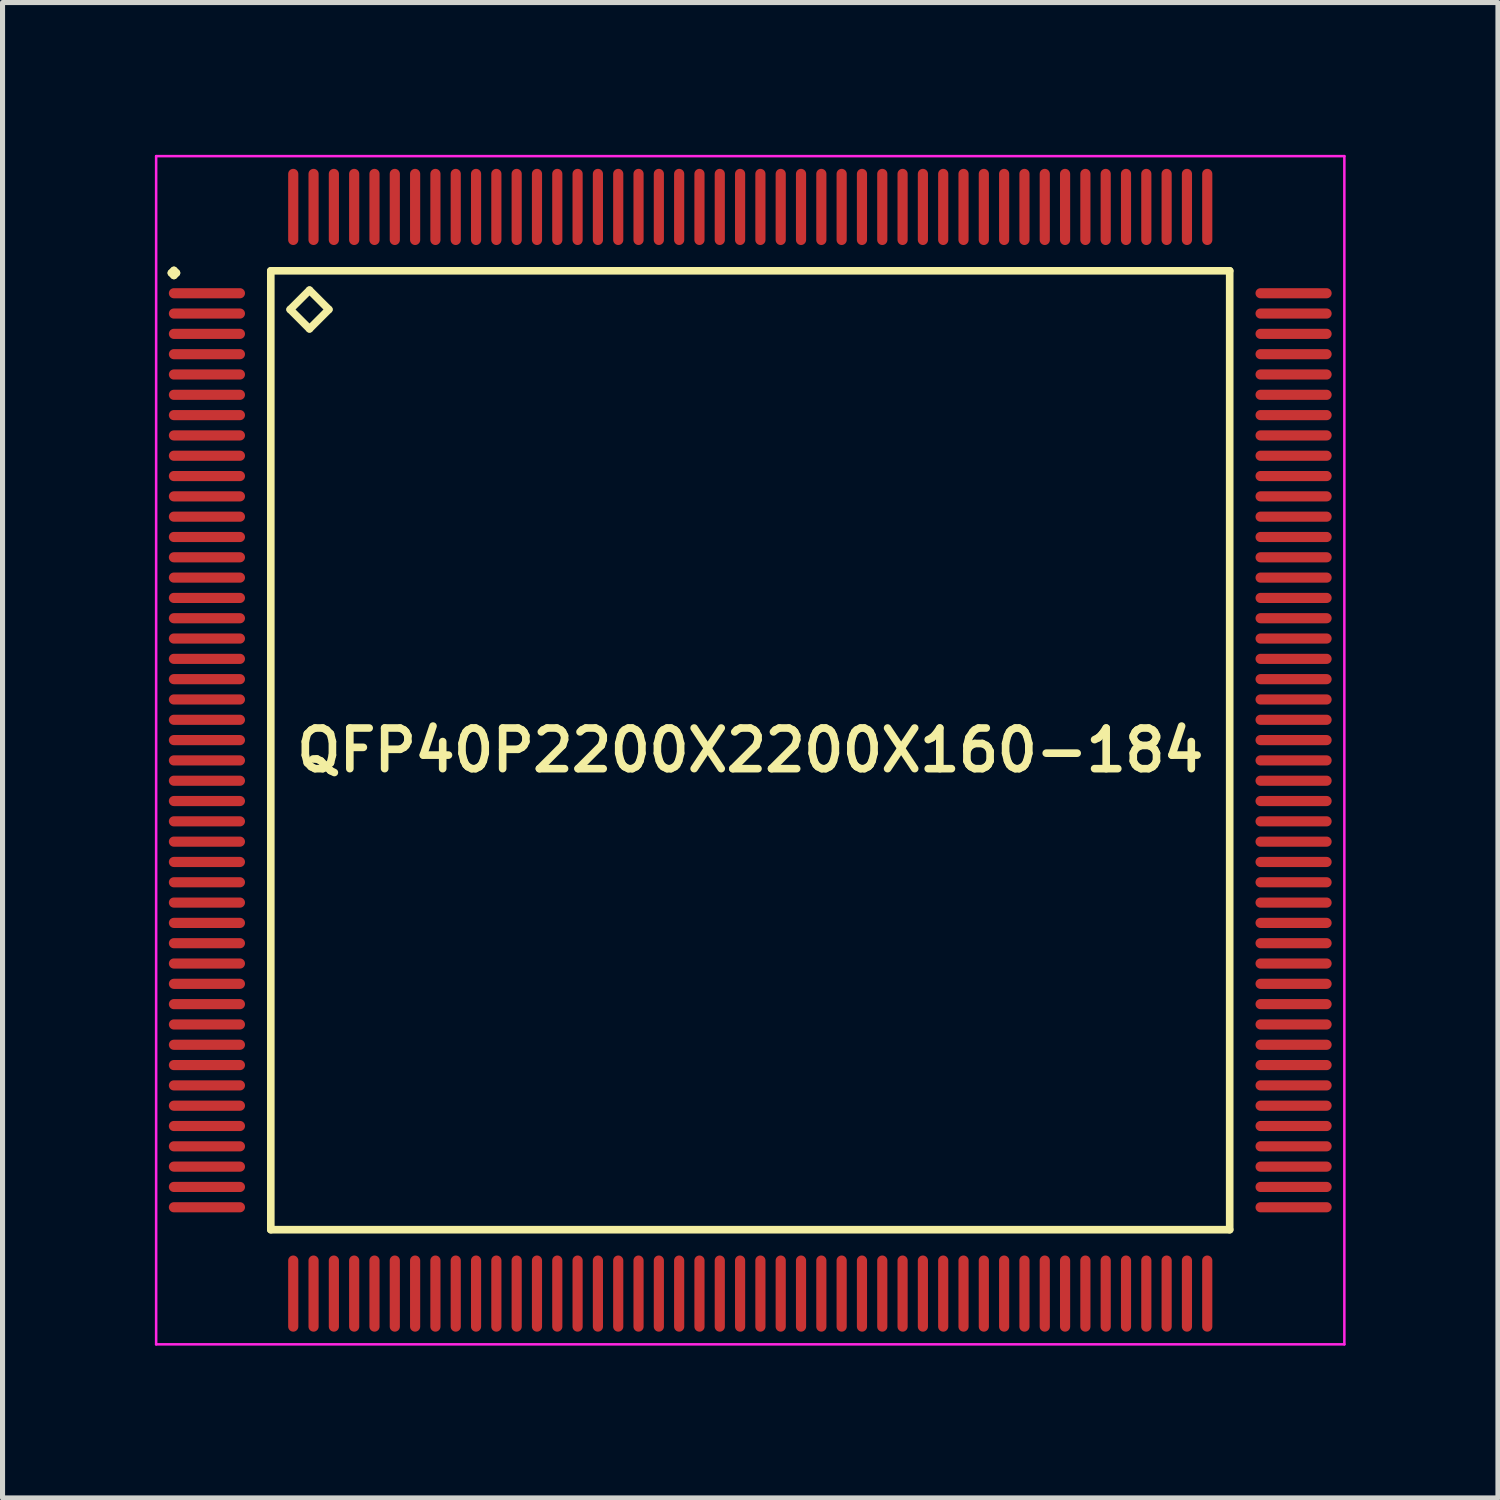
<source format=kicad_pcb>
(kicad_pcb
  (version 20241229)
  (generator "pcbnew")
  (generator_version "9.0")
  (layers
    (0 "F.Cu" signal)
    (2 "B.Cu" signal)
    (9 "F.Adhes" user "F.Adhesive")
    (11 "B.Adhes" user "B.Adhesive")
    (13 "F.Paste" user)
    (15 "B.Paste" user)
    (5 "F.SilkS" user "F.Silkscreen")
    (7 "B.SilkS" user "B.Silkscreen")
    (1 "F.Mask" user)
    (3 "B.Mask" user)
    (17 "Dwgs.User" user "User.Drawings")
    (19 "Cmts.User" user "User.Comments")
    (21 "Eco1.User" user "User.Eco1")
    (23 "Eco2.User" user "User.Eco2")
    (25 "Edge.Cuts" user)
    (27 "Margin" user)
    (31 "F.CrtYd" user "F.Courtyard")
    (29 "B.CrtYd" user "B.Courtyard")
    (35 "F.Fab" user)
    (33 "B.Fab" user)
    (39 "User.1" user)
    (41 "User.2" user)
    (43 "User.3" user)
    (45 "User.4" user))
  (footprint "QFP40P2200X2200X160-184"
    (layer "F.Cu")
    (at 11.725 11.725)
    (property "Reference" "QFP40P2200X2200X160-184" (at 0 0 0) (layer "F.SilkS") (effects (font (size 0.8 0.8) (thickness 0.15))))
    (attr smd)
    (fp_line (start -11.4 -9.4) (end -11.35 -9.45) (stroke (width 0.15) (type solid)) (layer "F.SilkS"))
    (fp_line (start -11.35 -9.45) (end -11.3 -9.4) (stroke (width 0.15) (type solid)) (layer "F.SilkS"))
    (fp_line (start -11.35 -9.35) (end -11.4 -9.4) (stroke (width 0.15) (type solid)) (layer "F.SilkS"))
    (fp_line (start -11.3 -9.4) (end -11.35 -9.35) (stroke (width 0.15) (type solid)) (layer "F.SilkS"))
    (fp_line (start -9.442 -9.442) (end -9.442 9.442) (stroke (width 0.15) (type solid)) (layer "F.SilkS"))
    (fp_line (start -9.442 9.442) (end 9.442 9.442) (stroke (width 0.15) (type solid)) (layer "F.SilkS"))
    (fp_line (start -9.061 -8.68) (end -8.68 -9.061) (stroke (width 0.15) (type solid)) (layer "F.SilkS"))
    (fp_line (start -8.68 -9.061) (end -8.299 -8.68) (stroke (width 0.15) (type solid)) (layer "F.SilkS"))
    (fp_line (start -8.68 -8.299) (end -9.061 -8.68) (stroke (width 0.15) (type solid)) (layer "F.SilkS"))
    (fp_line (start -8.299 -8.68) (end -8.68 -8.299) (stroke (width 0.15) (type solid)) (layer "F.SilkS"))
    (fp_line (start 9.442 -9.442) (end -9.442 -9.442) (stroke (width 0.15) (type solid)) (layer "F.SilkS"))
    (fp_line (start 9.442 9.442) (end 9.442 -9.442) (stroke (width 0.15) (type solid)) (layer "F.SilkS"))
    (fp_line (start -11.7 -11.7) (end 11.7 -11.7) (stroke (width 0.05) (type solid)) (layer "F.CrtYd"))
    (fp_line (start -11.7 11.7) (end -11.7 -11.7) (stroke (width 0.05) (type solid)) (layer "F.CrtYd"))
    (fp_line (start 11.7 -11.7) (end 11.7 11.7) (stroke (width 0.05) (type solid)) (layer "F.CrtYd"))
    (fp_line (start 11.7 11.7) (end -11.7 11.7) (stroke (width 0.05) (type solid)) (layer "F.CrtYd"))
    (pad "1" smd oval (at -10.7 -9) (size 1.5 0.2) (layers "F.Cu" "F.Mask" "F.Paste"))
    (pad "2" smd oval (at -10.7 -8.6) (size 1.5 0.2) (layers "F.Cu" "F.Mask" "F.Paste"))
    (pad "3" smd oval (at -10.7 -8.2) (size 1.5 0.2) (layers "F.Cu" "F.Mask" "F.Paste"))
    (pad "4" smd oval (at -10.7 -7.8) (size 1.5 0.2) (layers "F.Cu" "F.Mask" "F.Paste"))
    (pad "5" smd oval (at -10.7 -7.4) (size 1.5 0.2) (layers "F.Cu" "F.Mask" "F.Paste"))
    (pad "6" smd oval (at -10.7 -7) (size 1.5 0.2) (layers "F.Cu" "F.Mask" "F.Paste"))
    (pad "7" smd oval (at -10.7 -6.6) (size 1.5 0.2) (layers "F.Cu" "F.Mask" "F.Paste"))
    (pad "8" smd oval (at -10.7 -6.2) (size 1.5 0.2) (layers "F.Cu" "F.Mask" "F.Paste"))
    (pad "9" smd oval (at -10.7 -5.8) (size 1.5 0.2) (layers "F.Cu" "F.Mask" "F.Paste"))
    (pad "10" smd oval (at -10.7 -5.4) (size 1.5 0.2) (layers "F.Cu" "F.Mask" "F.Paste"))
    (pad "11" smd oval (at -10.7 -5) (size 1.5 0.2) (layers "F.Cu" "F.Mask" "F.Paste"))
    (pad "12" smd oval (at -10.7 -4.6) (size 1.5 0.2) (layers "F.Cu" "F.Mask" "F.Paste"))
    (pad "13" smd oval (at -10.7 -4.2) (size 1.5 0.2) (layers "F.Cu" "F.Mask" "F.Paste"))
    (pad "14" smd oval (at -10.7 -3.8) (size 1.5 0.2) (layers "F.Cu" "F.Mask" "F.Paste"))
    (pad "15" smd oval (at -10.7 -3.4) (size 1.5 0.2) (layers "F.Cu" "F.Mask" "F.Paste"))
    (pad "16" smd oval (at -10.7 -3) (size 1.5 0.2) (layers "F.Cu" "F.Mask" "F.Paste"))
    (pad "17" smd oval (at -10.7 -2.6) (size 1.5 0.2) (layers "F.Cu" "F.Mask" "F.Paste"))
    (pad "18" smd oval (at -10.7 -2.2) (size 1.5 0.2) (layers "F.Cu" "F.Mask" "F.Paste"))
    (pad "19" smd oval (at -10.7 -1.8) (size 1.5 0.2) (layers "F.Cu" "F.Mask" "F.Paste"))
    (pad "20" smd oval (at -10.7 -1.4) (size 1.5 0.2) (layers "F.Cu" "F.Mask" "F.Paste"))
    (pad "21" smd oval (at -10.7 -1) (size 1.5 0.2) (layers "F.Cu" "F.Mask" "F.Paste"))
    (pad "22" smd oval (at -10.7 -0.6) (size 1.5 0.2) (layers "F.Cu" "F.Mask" "F.Paste"))
    (pad "23" smd oval (at -10.7 -0.2) (size 1.5 0.2) (layers "F.Cu" "F.Mask" "F.Paste"))
    (pad "24" smd oval (at -10.7 0.2) (size 1.5 0.2) (layers "F.Cu" "F.Mask" "F.Paste"))
    (pad "25" smd oval (at -10.7 0.6) (size 1.5 0.2) (layers "F.Cu" "F.Mask" "F.Paste"))
    (pad "26" smd oval (at -10.7 1) (size 1.5 0.2) (layers "F.Cu" "F.Mask" "F.Paste"))
    (pad "27" smd oval (at -10.7 1.4) (size 1.5 0.2) (layers "F.Cu" "F.Mask" "F.Paste"))
    (pad "28" smd oval (at -10.7 1.8) (size 1.5 0.2) (layers "F.Cu" "F.Mask" "F.Paste"))
    (pad "29" smd oval (at -10.7 2.2) (size 1.5 0.2) (layers "F.Cu" "F.Mask" "F.Paste"))
    (pad "30" smd oval (at -10.7 2.6) (size 1.5 0.2) (layers "F.Cu" "F.Mask" "F.Paste"))
    (pad "31" smd oval (at -10.7 3) (size 1.5 0.2) (layers "F.Cu" "F.Mask" "F.Paste"))
    (pad "32" smd oval (at -10.7 3.4) (size 1.5 0.2) (layers "F.Cu" "F.Mask" "F.Paste"))
    (pad "33" smd oval (at -10.7 3.8) (size 1.5 0.2) (layers "F.Cu" "F.Mask" "F.Paste"))
    (pad "34" smd oval (at -10.7 4.2) (size 1.5 0.2) (layers "F.Cu" "F.Mask" "F.Paste"))
    (pad "35" smd oval (at -10.7 4.6) (size 1.5 0.2) (layers "F.Cu" "F.Mask" "F.Paste"))
    (pad "36" smd oval (at -10.7 5) (size 1.5 0.2) (layers "F.Cu" "F.Mask" "F.Paste"))
    (pad "37" smd oval (at -10.7 5.4) (size 1.5 0.2) (layers "F.Cu" "F.Mask" "F.Paste"))
    (pad "38" smd oval (at -10.7 5.8) (size 1.5 0.2) (layers "F.Cu" "F.Mask" "F.Paste"))
    (pad "39" smd oval (at -10.7 6.2) (size 1.5 0.2) (layers "F.Cu" "F.Mask" "F.Paste"))
    (pad "40" smd oval (at -10.7 6.6) (size 1.5 0.2) (layers "F.Cu" "F.Mask" "F.Paste"))
    (pad "41" smd oval (at -10.7 7) (size 1.5 0.2) (layers "F.Cu" "F.Mask" "F.Paste"))
    (pad "42" smd oval (at -10.7 7.4) (size 1.5 0.2) (layers "F.Cu" "F.Mask" "F.Paste"))
    (pad "43" smd oval (at -10.7 7.8) (size 1.5 0.2) (layers "F.Cu" "F.Mask" "F.Paste"))
    (pad "44" smd oval (at -10.7 8.2) (size 1.5 0.2) (layers "F.Cu" "F.Mask" "F.Paste"))
    (pad "45" smd oval (at -10.7 8.6) (size 1.5 0.2) (layers "F.Cu" "F.Mask" "F.Paste"))
    (pad "46" smd oval (at -10.7 9) (size 1.5 0.2) (layers "F.Cu" "F.Mask" "F.Paste"))
    (pad "47" smd oval (at -9 10.7) (size 0.2 1.5) (layers "F.Cu" "F.Mask" "F.Paste"))
    (pad "48" smd oval (at -8.6 10.7) (size 0.2 1.5) (layers "F.Cu" "F.Mask" "F.Paste"))
    (pad "49" smd oval (at -8.2 10.7) (size 0.2 1.5) (layers "F.Cu" "F.Mask" "F.Paste"))
    (pad "50" smd oval (at -7.8 10.7) (size 0.2 1.5) (layers "F.Cu" "F.Mask" "F.Paste"))
    (pad "51" smd oval (at -7.4 10.7) (size 0.2 1.5) (layers "F.Cu" "F.Mask" "F.Paste"))
    (pad "52" smd oval (at -7 10.7) (size 0.2 1.5) (layers "F.Cu" "F.Mask" "F.Paste"))
    (pad "53" smd oval (at -6.6 10.7) (size 0.2 1.5) (layers "F.Cu" "F.Mask" "F.Paste"))
    (pad "54" smd oval (at -6.2 10.7) (size 0.2 1.5) (layers "F.Cu" "F.Mask" "F.Paste"))
    (pad "55" smd oval (at -5.8 10.7) (size 0.2 1.5) (layers "F.Cu" "F.Mask" "F.Paste"))
    (pad "56" smd oval (at -5.4 10.7) (size 0.2 1.5) (layers "F.Cu" "F.Mask" "F.Paste"))
    (pad "57" smd oval (at -5 10.7) (size 0.2 1.5) (layers "F.Cu" "F.Mask" "F.Paste"))
    (pad "58" smd oval (at -4.6 10.7) (size 0.2 1.5) (layers "F.Cu" "F.Mask" "F.Paste"))
    (pad "59" smd oval (at -4.2 10.7) (size 0.2 1.5) (layers "F.Cu" "F.Mask" "F.Paste"))
    (pad "60" smd oval (at -3.8 10.7) (size 0.2 1.5) (layers "F.Cu" "F.Mask" "F.Paste"))
    (pad "61" smd oval (at -3.4 10.7) (size 0.2 1.5) (layers "F.Cu" "F.Mask" "F.Paste"))
    (pad "62" smd oval (at -3 10.7) (size 0.2 1.5) (layers "F.Cu" "F.Mask" "F.Paste"))
    (pad "63" smd oval (at -2.6 10.7) (size 0.2 1.5) (layers "F.Cu" "F.Mask" "F.Paste"))
    (pad "64" smd oval (at -2.2 10.7) (size 0.2 1.5) (layers "F.Cu" "F.Mask" "F.Paste"))
    (pad "65" smd oval (at -1.8 10.7) (size 0.2 1.5) (layers "F.Cu" "F.Mask" "F.Paste"))
    (pad "66" smd oval (at -1.4 10.7) (size 0.2 1.5) (layers "F.Cu" "F.Mask" "F.Paste"))
    (pad "67" smd oval (at -1 10.7) (size 0.2 1.5) (layers "F.Cu" "F.Mask" "F.Paste"))
    (pad "68" smd oval (at -0.6 10.7) (size 0.2 1.5) (layers "F.Cu" "F.Mask" "F.Paste"))
    (pad "69" smd oval (at -0.2 10.7) (size 0.2 1.5) (layers "F.Cu" "F.Mask" "F.Paste"))
    (pad "70" smd oval (at 0.2 10.7) (size 0.2 1.5) (layers "F.Cu" "F.Mask" "F.Paste"))
    (pad "71" smd oval (at 0.6 10.7) (size 0.2 1.5) (layers "F.Cu" "F.Mask" "F.Paste"))
    (pad "72" smd oval (at 1 10.7) (size 0.2 1.5) (layers "F.Cu" "F.Mask" "F.Paste"))
    (pad "73" smd oval (at 1.4 10.7) (size 0.2 1.5) (layers "F.Cu" "F.Mask" "F.Paste"))
    (pad "74" smd oval (at 1.8 10.7) (size 0.2 1.5) (layers "F.Cu" "F.Mask" "F.Paste"))
    (pad "75" smd oval (at 2.2 10.7) (size 0.2 1.5) (layers "F.Cu" "F.Mask" "F.Paste"))
    (pad "76" smd oval (at 2.6 10.7) (size 0.2 1.5) (layers "F.Cu" "F.Mask" "F.Paste"))
    (pad "77" smd oval (at 3 10.7) (size 0.2 1.5) (layers "F.Cu" "F.Mask" "F.Paste"))
    (pad "78" smd oval (at 3.4 10.7) (size 0.2 1.5) (layers "F.Cu" "F.Mask" "F.Paste"))
    (pad "79" smd oval (at 3.8 10.7) (size 0.2 1.5) (layers "F.Cu" "F.Mask" "F.Paste"))
    (pad "80" smd oval (at 4.2 10.7) (size 0.2 1.5) (layers "F.Cu" "F.Mask" "F.Paste"))
    (pad "81" smd oval (at 4.6 10.7) (size 0.2 1.5) (layers "F.Cu" "F.Mask" "F.Paste"))
    (pad "82" smd oval (at 5 10.7) (size 0.2 1.5) (layers "F.Cu" "F.Mask" "F.Paste"))
    (pad "83" smd oval (at 5.4 10.7) (size 0.2 1.5) (layers "F.Cu" "F.Mask" "F.Paste"))
    (pad "84" smd oval (at 5.8 10.7) (size 0.2 1.5) (layers "F.Cu" "F.Mask" "F.Paste"))
    (pad "85" smd oval (at 6.2 10.7) (size 0.2 1.5) (layers "F.Cu" "F.Mask" "F.Paste"))
    (pad "86" smd oval (at 6.6 10.7) (size 0.2 1.5) (layers "F.Cu" "F.Mask" "F.Paste"))
    (pad "87" smd oval (at 7 10.7) (size 0.2 1.5) (layers "F.Cu" "F.Mask" "F.Paste"))
    (pad "88" smd oval (at 7.4 10.7) (size 0.2 1.5) (layers "F.Cu" "F.Mask" "F.Paste"))
    (pad "89" smd oval (at 7.8 10.7) (size 0.2 1.5) (layers "F.Cu" "F.Mask" "F.Paste"))
    (pad "90" smd oval (at 8.2 10.7) (size 0.2 1.5) (layers "F.Cu" "F.Mask" "F.Paste"))
    (pad "91" smd oval (at 8.6 10.7) (size 0.2 1.5) (layers "F.Cu" "F.Mask" "F.Paste"))
    (pad "92" smd oval (at 9 10.7) (size 0.2 1.5) (layers "F.Cu" "F.Mask" "F.Paste"))
    (pad "93" smd oval (at 10.7 9) (size 1.5 0.2) (layers "F.Cu" "F.Mask" "F.Paste"))
    (pad "94" smd oval (at 10.7 8.6) (size 1.5 0.2) (layers "F.Cu" "F.Mask" "F.Paste"))
    (pad "95" smd oval (at 10.7 8.2) (size 1.5 0.2) (layers "F.Cu" "F.Mask" "F.Paste"))
    (pad "96" smd oval (at 10.7 7.8) (size 1.5 0.2) (layers "F.Cu" "F.Mask" "F.Paste"))
    (pad "97" smd oval (at 10.7 7.4) (size 1.5 0.2) (layers "F.Cu" "F.Mask" "F.Paste"))
    (pad "98" smd oval (at 10.7 7) (size 1.5 0.2) (layers "F.Cu" "F.Mask" "F.Paste"))
    (pad "99" smd oval (at 10.7 6.6) (size 1.5 0.2) (layers "F.Cu" "F.Mask" "F.Paste"))
    (pad "100" smd oval (at 10.7 6.2) (size 1.5 0.2) (layers "F.Cu" "F.Mask" "F.Paste"))
    (pad "101" smd oval (at 10.7 5.8) (size 1.5 0.2) (layers "F.Cu" "F.Mask" "F.Paste"))
    (pad "102" smd oval (at 10.7 5.4) (size 1.5 0.2) (layers "F.Cu" "F.Mask" "F.Paste"))
    (pad "103" smd oval (at 10.7 5) (size 1.5 0.2) (layers "F.Cu" "F.Mask" "F.Paste"))
    (pad "104" smd oval (at 10.7 4.6) (size 1.5 0.2) (layers "F.Cu" "F.Mask" "F.Paste"))
    (pad "105" smd oval (at 10.7 4.2) (size 1.5 0.2) (layers "F.Cu" "F.Mask" "F.Paste"))
    (pad "106" smd oval (at 10.7 3.8) (size 1.5 0.2) (layers "F.Cu" "F.Mask" "F.Paste"))
    (pad "107" smd oval (at 10.7 3.4) (size 1.5 0.2) (layers "F.Cu" "F.Mask" "F.Paste"))
    (pad "108" smd oval (at 10.7 3) (size 1.5 0.2) (layers "F.Cu" "F.Mask" "F.Paste"))
    (pad "109" smd oval (at 10.7 2.6) (size 1.5 0.2) (layers "F.Cu" "F.Mask" "F.Paste"))
    (pad "110" smd oval (at 10.7 2.2) (size 1.5 0.2) (layers "F.Cu" "F.Mask" "F.Paste"))
    (pad "111" smd oval (at 10.7 1.8) (size 1.5 0.2) (layers "F.Cu" "F.Mask" "F.Paste"))
    (pad "112" smd oval (at 10.7 1.4) (size 1.5 0.2) (layers "F.Cu" "F.Mask" "F.Paste"))
    (pad "113" smd oval (at 10.7 1) (size 1.5 0.2) (layers "F.Cu" "F.Mask" "F.Paste"))
    (pad "114" smd oval (at 10.7 0.6) (size 1.5 0.2) (layers "F.Cu" "F.Mask" "F.Paste"))
    (pad "115" smd oval (at 10.7 0.2) (size 1.5 0.2) (layers "F.Cu" "F.Mask" "F.Paste"))
    (pad "116" smd oval (at 10.7 -0.2) (size 1.5 0.2) (layers "F.Cu" "F.Mask" "F.Paste"))
    (pad "117" smd oval (at 10.7 -0.6) (size 1.5 0.2) (layers "F.Cu" "F.Mask" "F.Paste"))
    (pad "118" smd oval (at 10.7 -1) (size 1.5 0.2) (layers "F.Cu" "F.Mask" "F.Paste"))
    (pad "119" smd oval (at 10.7 -1.4) (size 1.5 0.2) (layers "F.Cu" "F.Mask" "F.Paste"))
    (pad "120" smd oval (at 10.7 -1.8) (size 1.5 0.2) (layers "F.Cu" "F.Mask" "F.Paste"))
    (pad "121" smd oval (at 10.7 -2.2) (size 1.5 0.2) (layers "F.Cu" "F.Mask" "F.Paste"))
    (pad "122" smd oval (at 10.7 -2.6) (size 1.5 0.2) (layers "F.Cu" "F.Mask" "F.Paste"))
    (pad "123" smd oval (at 10.7 -3) (size 1.5 0.2) (layers "F.Cu" "F.Mask" "F.Paste"))
    (pad "124" smd oval (at 10.7 -3.4) (size 1.5 0.2) (layers "F.Cu" "F.Mask" "F.Paste"))
    (pad "125" smd oval (at 10.7 -3.8) (size 1.5 0.2) (layers "F.Cu" "F.Mask" "F.Paste"))
    (pad "126" smd oval (at 10.7 -4.2) (size 1.5 0.2) (layers "F.Cu" "F.Mask" "F.Paste"))
    (pad "127" smd oval (at 10.7 -4.6) (size 1.5 0.2) (layers "F.Cu" "F.Mask" "F.Paste"))
    (pad "128" smd oval (at 10.7 -5) (size 1.5 0.2) (layers "F.Cu" "F.Mask" "F.Paste"))
    (pad "129" smd oval (at 10.7 -5.4) (size 1.5 0.2) (layers "F.Cu" "F.Mask" "F.Paste"))
    (pad "130" smd oval (at 10.7 -5.8) (size 1.5 0.2) (layers "F.Cu" "F.Mask" "F.Paste"))
    (pad "131" smd oval (at 10.7 -6.2) (size 1.5 0.2) (layers "F.Cu" "F.Mask" "F.Paste"))
    (pad "132" smd oval (at 10.7 -6.6) (size 1.5 0.2) (layers "F.Cu" "F.Mask" "F.Paste"))
    (pad "133" smd oval (at 10.7 -7) (size 1.5 0.2) (layers "F.Cu" "F.Mask" "F.Paste"))
    (pad "134" smd oval (at 10.7 -7.4) (size 1.5 0.2) (layers "F.Cu" "F.Mask" "F.Paste"))
    (pad "135" smd oval (at 10.7 -7.8) (size 1.5 0.2) (layers "F.Cu" "F.Mask" "F.Paste"))
    (pad "136" smd oval (at 10.7 -8.2) (size 1.5 0.2) (layers "F.Cu" "F.Mask" "F.Paste"))
    (pad "137" smd oval (at 10.7 -8.6) (size 1.5 0.2) (layers "F.Cu" "F.Mask" "F.Paste"))
    (pad "138" smd oval (at 10.7 -9) (size 1.5 0.2) (layers "F.Cu" "F.Mask" "F.Paste"))
    (pad "139" smd oval (at 9 -10.7) (size 0.2 1.5) (layers "F.Cu" "F.Mask" "F.Paste"))
    (pad "140" smd oval (at 8.6 -10.7) (size 0.2 1.5) (layers "F.Cu" "F.Mask" "F.Paste"))
    (pad "141" smd oval (at 8.2 -10.7) (size 0.2 1.5) (layers "F.Cu" "F.Mask" "F.Paste"))
    (pad "142" smd oval (at 7.8 -10.7) (size 0.2 1.5) (layers "F.Cu" "F.Mask" "F.Paste"))
    (pad "143" smd oval (at 7.4 -10.7) (size 0.2 1.5) (layers "F.Cu" "F.Mask" "F.Paste"))
    (pad "144" smd oval (at 7 -10.7) (size 0.2 1.5) (layers "F.Cu" "F.Mask" "F.Paste"))
    (pad "145" smd oval (at 6.6 -10.7) (size 0.2 1.5) (layers "F.Cu" "F.Mask" "F.Paste"))
    (pad "146" smd oval (at 6.2 -10.7) (size 0.2 1.5) (layers "F.Cu" "F.Mask" "F.Paste"))
    (pad "147" smd oval (at 5.8 -10.7) (size 0.2 1.5) (layers "F.Cu" "F.Mask" "F.Paste"))
    (pad "148" smd oval (at 5.4 -10.7) (size 0.2 1.5) (layers "F.Cu" "F.Mask" "F.Paste"))
    (pad "149" smd oval (at 5 -10.7) (size 0.2 1.5) (layers "F.Cu" "F.Mask" "F.Paste"))
    (pad "150" smd oval (at 4.6 -10.7) (size 0.2 1.5) (layers "F.Cu" "F.Mask" "F.Paste"))
    (pad "151" smd oval (at 4.2 -10.7) (size 0.2 1.5) (layers "F.Cu" "F.Mask" "F.Paste"))
    (pad "152" smd oval (at 3.8 -10.7) (size 0.2 1.5) (layers "F.Cu" "F.Mask" "F.Paste"))
    (pad "153" smd oval (at 3.4 -10.7) (size 0.2 1.5) (layers "F.Cu" "F.Mask" "F.Paste"))
    (pad "154" smd oval (at 3 -10.7) (size 0.2 1.5) (layers "F.Cu" "F.Mask" "F.Paste"))
    (pad "155" smd oval (at 2.6 -10.7) (size 0.2 1.5) (layers "F.Cu" "F.Mask" "F.Paste"))
    (pad "156" smd oval (at 2.2 -10.7) (size 0.2 1.5) (layers "F.Cu" "F.Mask" "F.Paste"))
    (pad "157" smd oval (at 1.8 -10.7) (size 0.2 1.5) (layers "F.Cu" "F.Mask" "F.Paste"))
    (pad "158" smd oval (at 1.4 -10.7) (size 0.2 1.5) (layers "F.Cu" "F.Mask" "F.Paste"))
    (pad "159" smd oval (at 1 -10.7) (size 0.2 1.5) (layers "F.Cu" "F.Mask" "F.Paste"))
    (pad "160" smd oval (at 0.6 -10.7) (size 0.2 1.5) (layers "F.Cu" "F.Mask" "F.Paste"))
    (pad "161" smd oval (at 0.2 -10.7) (size 0.2 1.5) (layers "F.Cu" "F.Mask" "F.Paste"))
    (pad "162" smd oval (at -0.2 -10.7) (size 0.2 1.5) (layers "F.Cu" "F.Mask" "F.Paste"))
    (pad "163" smd oval (at -0.6 -10.7) (size 0.2 1.5) (layers "F.Cu" "F.Mask" "F.Paste"))
    (pad "164" smd oval (at -1 -10.7) (size 0.2 1.5) (layers "F.Cu" "F.Mask" "F.Paste"))
    (pad "165" smd oval (at -1.4 -10.7) (size 0.2 1.5) (layers "F.Cu" "F.Mask" "F.Paste"))
    (pad "166" smd oval (at -1.8 -10.7) (size 0.2 1.5) (layers "F.Cu" "F.Mask" "F.Paste"))
    (pad "167" smd oval (at -2.2 -10.7) (size 0.2 1.5) (layers "F.Cu" "F.Mask" "F.Paste"))
    (pad "168" smd oval (at -2.6 -10.7) (size 0.2 1.5) (layers "F.Cu" "F.Mask" "F.Paste"))
    (pad "169" smd oval (at -3 -10.7) (size 0.2 1.5) (layers "F.Cu" "F.Mask" "F.Paste"))
    (pad "170" smd oval (at -3.4 -10.7) (size 0.2 1.5) (layers "F.Cu" "F.Mask" "F.Paste"))
    (pad "171" smd oval (at -3.8 -10.7) (size 0.2 1.5) (layers "F.Cu" "F.Mask" "F.Paste"))
    (pad "172" smd oval (at -4.2 -10.7) (size 0.2 1.5) (layers "F.Cu" "F.Mask" "F.Paste"))
    (pad "173" smd oval (at -4.6 -10.7) (size 0.2 1.5) (layers "F.Cu" "F.Mask" "F.Paste"))
    (pad "174" smd oval (at -5 -10.7) (size 0.2 1.5) (layers "F.Cu" "F.Mask" "F.Paste"))
    (pad "175" smd oval (at -5.4 -10.7) (size 0.2 1.5) (layers "F.Cu" "F.Mask" "F.Paste"))
    (pad "176" smd oval (at -5.8 -10.7) (size 0.2 1.5) (layers "F.Cu" "F.Mask" "F.Paste"))
    (pad "177" smd oval (at -6.2 -10.7) (size 0.2 1.5) (layers "F.Cu" "F.Mask" "F.Paste"))
    (pad "178" smd oval (at -6.6 -10.7) (size 0.2 1.5) (layers "F.Cu" "F.Mask" "F.Paste"))
    (pad "179" smd oval (at -7 -10.7) (size 0.2 1.5) (layers "F.Cu" "F.Mask" "F.Paste"))
    (pad "180" smd oval (at -7.4 -10.7) (size 0.2 1.5) (layers "F.Cu" "F.Mask" "F.Paste"))
    (pad "181" smd oval (at -7.8 -10.7) (size 0.2 1.5) (layers "F.Cu" "F.Mask" "F.Paste"))
    (pad "182" smd oval (at -8.2 -10.7) (size 0.2 1.5) (layers "F.Cu" "F.Mask" "F.Paste"))
    (pad "183" smd oval (at -8.6 -10.7) (size 0.2 1.5) (layers "F.Cu" "F.Mask" "F.Paste"))
    (pad "184" smd oval (at -9 -10.7) (size 0.2 1.5) (layers "F.Cu" "F.Mask" "F.Paste")))
  (gr_rect
    (start -3 -3)
    (end 26.45 26.45)
    (stroke (width 0.1) (type default))
    (fill no)
    (layer "Edge.Cuts")))
</source>
